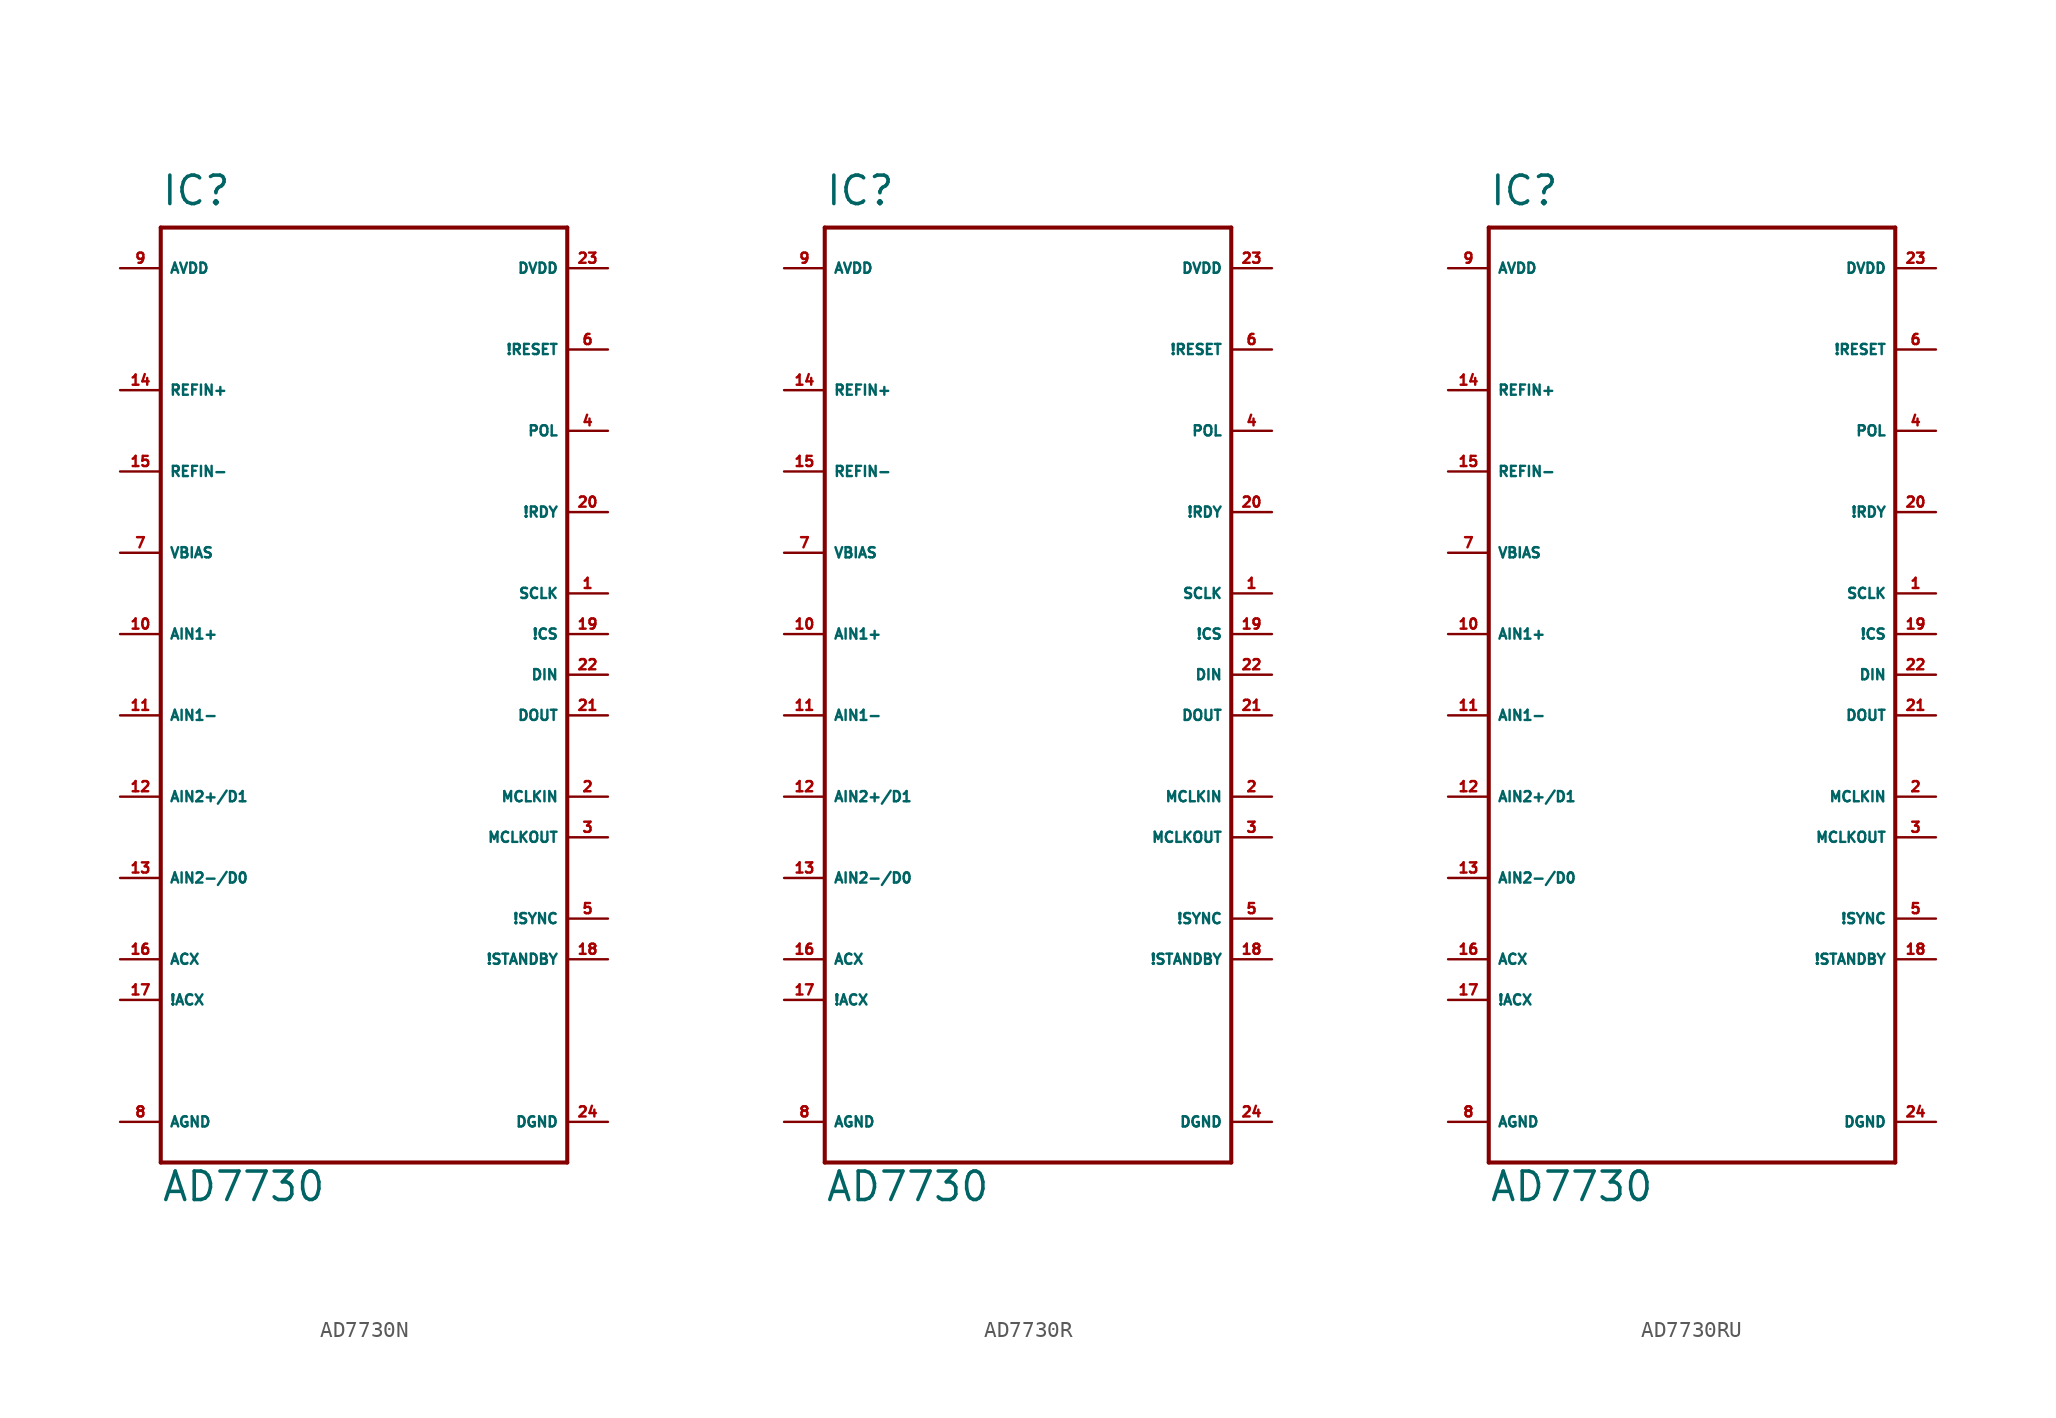
<source format=kicad_sym>
(kicad_symbol_lib
  (version 20220914)
  (generator Eagle2Kicad)
  (symbol "AD7730N"
    (property "Reference" "IC"
      (at -12.7 29.21 0)
      (effects (font (size 1.778 1.778) (thickness 0.22)) (justify left bottom)))
    (property "Value" "AD7730"
      (at -12.7 -33.02 0)
      (effects (font (size 1.778 1.778) (thickness 0.22)) (justify left bottom)))
    (polyline
      (pts (xy -12.7 27.94) (xy 12.7 27.94))
      (stroke (width 0.254) (type default))
      (fill (type none)))
    (polyline
      (pts (xy 12.7 27.94) (xy 12.7 -30.48))
      (stroke (width 0.254) (type default))
      (fill (type none)))
    (polyline
      (pts (xy 12.7 -30.48) (xy -12.7 -30.48))
      (stroke (width 0.254) (type default))
      (fill (type none)))
    (polyline
      (pts (xy -12.7 -30.48) (xy -12.7 27.94))
      (stroke (width 0.254) (type default))
      (fill (type none)))
    (pin passive line
      (at -15.24 7.62 0)
      (length 2.54)
      (name "VBIAS" (effects (font (size 0.635 0.635) (thickness 0.08)) (justify left bottom)))
      (number "7" (effects (font (size 0.635 0.635) (thickness 0.08)) (justify left bottom))))
    (pin input line
      (at -15.24 2.54 0)
      (length 2.54)
      (name "AIN1+" (effects (font (size 0.635 0.635) (thickness 0.08)) (justify left bottom)))
      (number "10" (effects (font (size 0.635 0.635) (thickness 0.08)) (justify left bottom))))
    (pin input line
      (at -15.24 -2.54 0)
      (length 2.54)
      (name "AIN1-" (effects (font (size 0.635 0.635) (thickness 0.08)) (justify left bottom)))
      (number "11" (effects (font (size 0.635 0.635) (thickness 0.08)) (justify left bottom))))
    (pin bidirectional line
      (at -15.24 -7.62 0)
      (length 2.54)
      (name "AIN2+/D1" (effects (font (size 0.635 0.635) (thickness 0.08)) (justify left bottom)))
      (number "12" (effects (font (size 0.635 0.635) (thickness 0.08)) (justify left bottom))))
    (pin bidirectional line
      (at -15.24 -12.7 0)
      (length 2.54)
      (name "AIN2-/D0" (effects (font (size 0.635 0.635) (thickness 0.08)) (justify left bottom)))
      (number "13" (effects (font (size 0.635 0.635) (thickness 0.08)) (justify left bottom))))
    (pin output line
      (at -15.24 -17.78 0)
      (length 2.54)
      (name "ACX" (effects (font (size 0.635 0.635) (thickness 0.08)) (justify left bottom)))
      (number "16" (effects (font (size 0.635 0.635) (thickness 0.08)) (justify left bottom))))
    (pin output line
      (at -15.24 -20.32 0)
      (length 2.54)
      (name "!ACX" (effects (font (size 0.635 0.635) (thickness 0.08)) (justify left bottom)))
      (number "17" (effects (font (size 0.635 0.635) (thickness 0.08)) (justify left bottom))))
    (pin input line
      (at -15.24 -27.94 0)
      (length 2.54)
      (name "AGND" (effects (font (size 0.635 0.635) (thickness 0.08)) (justify left bottom)))
      (number "8" (effects (font (size 0.635 0.635) (thickness 0.08)) (justify left bottom))))
    (pin input line
      (at 15.24 -27.94 180)
      (length 2.54)
      (name "DGND" (effects (font (size 0.635 0.635) (thickness 0.08)) (justify left bottom)))
      (number "24" (effects (font (size 0.635 0.635) (thickness 0.08)) (justify left bottom))))
    (pin input line
      (at 15.24 15.24 180)
      (length 2.54)
      (name "POL" (effects (font (size 0.635 0.635) (thickness 0.08)) (justify left bottom)))
      (number "4" (effects (font (size 0.635 0.635) (thickness 0.08)) (justify left bottom))))
    (pin output line
      (at 15.24 10.16 180)
      (length 2.54)
      (name "!RDY" (effects (font (size 0.635 0.635) (thickness 0.08)) (justify left bottom)))
      (number "20" (effects (font (size 0.635 0.635) (thickness 0.08)) (justify left bottom))))
    (pin input line
      (at 15.24 20.32 180)
      (length 2.54)
      (name "!RESET" (effects (font (size 0.635 0.635) (thickness 0.08)) (justify left bottom)))
      (number "6" (effects (font (size 0.635 0.635) (thickness 0.08)) (justify left bottom))))
    (pin input line
      (at 15.24 5.08 180)
      (length 2.54)
      (name "SCLK" (effects (font (size 0.635 0.635) (thickness 0.08)) (justify left bottom)))
      (number "1" (effects (font (size 0.635 0.635) (thickness 0.08)) (justify left bottom))))
    (pin input line
      (at 15.24 2.54 180)
      (length 2.54)
      (name "!CS" (effects (font (size 0.635 0.635) (thickness 0.08)) (justify left bottom)))
      (number "19" (effects (font (size 0.635 0.635) (thickness 0.08)) (justify left bottom))))
    (pin input line
      (at 15.24 0 180)
      (length 2.54)
      (name "DIN" (effects (font (size 0.635 0.635) (thickness 0.08)) (justify left bottom)))
      (number "22" (effects (font (size 0.635 0.635) (thickness 0.08)) (justify left bottom))))
    (pin output line
      (at 15.24 -2.54 180)
      (length 2.54)
      (name "DOUT" (effects (font (size 0.635 0.635) (thickness 0.08)) (justify left bottom)))
      (number "21" (effects (font (size 0.635 0.635) (thickness 0.08)) (justify left bottom))))
    (pin input line
      (at 15.24 -7.62 180)
      (length 2.54)
      (name "MCLKIN" (effects (font (size 0.635 0.635) (thickness 0.08)) (justify left bottom)))
      (number "2" (effects (font (size 0.635 0.635) (thickness 0.08)) (justify left bottom))))
    (pin output line
      (at 15.24 -10.16 180)
      (length 2.54)
      (name "MCLKOUT" (effects (font (size 0.635 0.635) (thickness 0.08)) (justify left bottom)))
      (number "3" (effects (font (size 0.635 0.635) (thickness 0.08)) (justify left bottom))))
    (pin input line
      (at 15.24 -15.24 180)
      (length 2.54)
      (name "!SYNC" (effects (font (size 0.635 0.635) (thickness 0.08)) (justify left bottom)))
      (number "5" (effects (font (size 0.635 0.635) (thickness 0.08)) (justify left bottom))))
    (pin input line
      (at 15.24 -17.78 180)
      (length 2.54)
      (name "!STANDBY" (effects (font (size 0.635 0.635) (thickness 0.08)) (justify left bottom)))
      (number "18" (effects (font (size 0.635 0.635) (thickness 0.08)) (justify left bottom))))
    (pin input line
      (at -15.24 12.7 0)
      (length 2.54)
      (name "REFIN-" (effects (font (size 0.635 0.635) (thickness 0.08)) (justify left bottom)))
      (number "15" (effects (font (size 0.635 0.635) (thickness 0.08)) (justify left bottom))))
    (pin input line
      (at -15.24 17.78 0)
      (length 2.54)
      (name "REFIN+" (effects (font (size 0.635 0.635) (thickness 0.08)) (justify left bottom)))
      (number "14" (effects (font (size 0.635 0.635) (thickness 0.08)) (justify left bottom))))
    (pin input line
      (at -15.24 25.4 0)
      (length 2.54)
      (name "AVDD" (effects (font (size 0.635 0.635) (thickness 0.08)) (justify left bottom)))
      (number "9" (effects (font (size 0.635 0.635) (thickness 0.08)) (justify left bottom))))
    (pin input line
      (at 15.24 25.4 180)
      (length 2.54)
      (name "DVDD" (effects (font (size 0.635 0.635) (thickness 0.08)) (justify left bottom)))
      (number "23" (effects (font (size 0.635 0.635) (thickness 0.08)) (justify left bottom)))))
  (symbol "AD7730R"
    (property "Reference" "IC"
      (at -12.7 29.21 0)
      (effects (font (size 1.778 1.778) (thickness 0.22)) (justify left bottom)))
    (property "Value" "AD7730"
      (at -12.7 -33.02 0)
      (effects (font (size 1.778 1.778) (thickness 0.22)) (justify left bottom)))
    (polyline
      (pts (xy -12.7 27.94) (xy 12.7 27.94))
      (stroke (width 0.254) (type default))
      (fill (type none)))
    (polyline
      (pts (xy 12.7 27.94) (xy 12.7 -30.48))
      (stroke (width 0.254) (type default))
      (fill (type none)))
    (polyline
      (pts (xy 12.7 -30.48) (xy -12.7 -30.48))
      (stroke (width 0.254) (type default))
      (fill (type none)))
    (polyline
      (pts (xy -12.7 -30.48) (xy -12.7 27.94))
      (stroke (width 0.254) (type default))
      (fill (type none)))
    (pin passive line
      (at -15.24 7.62 0)
      (length 2.54)
      (name "VBIAS" (effects (font (size 0.635 0.635) (thickness 0.08)) (justify left bottom)))
      (number "7" (effects (font (size 0.635 0.635) (thickness 0.08)) (justify left bottom))))
    (pin input line
      (at -15.24 2.54 0)
      (length 2.54)
      (name "AIN1+" (effects (font (size 0.635 0.635) (thickness 0.08)) (justify left bottom)))
      (number "10" (effects (font (size 0.635 0.635) (thickness 0.08)) (justify left bottom))))
    (pin input line
      (at -15.24 -2.54 0)
      (length 2.54)
      (name "AIN1-" (effects (font (size 0.635 0.635) (thickness 0.08)) (justify left bottom)))
      (number "11" (effects (font (size 0.635 0.635) (thickness 0.08)) (justify left bottom))))
    (pin bidirectional line
      (at -15.24 -7.62 0)
      (length 2.54)
      (name "AIN2+/D1" (effects (font (size 0.635 0.635) (thickness 0.08)) (justify left bottom)))
      (number "12" (effects (font (size 0.635 0.635) (thickness 0.08)) (justify left bottom))))
    (pin bidirectional line
      (at -15.24 -12.7 0)
      (length 2.54)
      (name "AIN2-/D0" (effects (font (size 0.635 0.635) (thickness 0.08)) (justify left bottom)))
      (number "13" (effects (font (size 0.635 0.635) (thickness 0.08)) (justify left bottom))))
    (pin output line
      (at -15.24 -17.78 0)
      (length 2.54)
      (name "ACX" (effects (font (size 0.635 0.635) (thickness 0.08)) (justify left bottom)))
      (number "16" (effects (font (size 0.635 0.635) (thickness 0.08)) (justify left bottom))))
    (pin output line
      (at -15.24 -20.32 0)
      (length 2.54)
      (name "!ACX" (effects (font (size 0.635 0.635) (thickness 0.08)) (justify left bottom)))
      (number "17" (effects (font (size 0.635 0.635) (thickness 0.08)) (justify left bottom))))
    (pin input line
      (at -15.24 -27.94 0)
      (length 2.54)
      (name "AGND" (effects (font (size 0.635 0.635) (thickness 0.08)) (justify left bottom)))
      (number "8" (effects (font (size 0.635 0.635) (thickness 0.08)) (justify left bottom))))
    (pin input line
      (at 15.24 -27.94 180)
      (length 2.54)
      (name "DGND" (effects (font (size 0.635 0.635) (thickness 0.08)) (justify left bottom)))
      (number "24" (effects (font (size 0.635 0.635) (thickness 0.08)) (justify left bottom))))
    (pin input line
      (at 15.24 15.24 180)
      (length 2.54)
      (name "POL" (effects (font (size 0.635 0.635) (thickness 0.08)) (justify left bottom)))
      (number "4" (effects (font (size 0.635 0.635) (thickness 0.08)) (justify left bottom))))
    (pin output line
      (at 15.24 10.16 180)
      (length 2.54)
      (name "!RDY" (effects (font (size 0.635 0.635) (thickness 0.08)) (justify left bottom)))
      (number "20" (effects (font (size 0.635 0.635) (thickness 0.08)) (justify left bottom))))
    (pin input line
      (at 15.24 20.32 180)
      (length 2.54)
      (name "!RESET" (effects (font (size 0.635 0.635) (thickness 0.08)) (justify left bottom)))
      (number "6" (effects (font (size 0.635 0.635) (thickness 0.08)) (justify left bottom))))
    (pin input line
      (at 15.24 5.08 180)
      (length 2.54)
      (name "SCLK" (effects (font (size 0.635 0.635) (thickness 0.08)) (justify left bottom)))
      (number "1" (effects (font (size 0.635 0.635) (thickness 0.08)) (justify left bottom))))
    (pin input line
      (at 15.24 2.54 180)
      (length 2.54)
      (name "!CS" (effects (font (size 0.635 0.635) (thickness 0.08)) (justify left bottom)))
      (number "19" (effects (font (size 0.635 0.635) (thickness 0.08)) (justify left bottom))))
    (pin input line
      (at 15.24 0 180)
      (length 2.54)
      (name "DIN" (effects (font (size 0.635 0.635) (thickness 0.08)) (justify left bottom)))
      (number "22" (effects (font (size 0.635 0.635) (thickness 0.08)) (justify left bottom))))
    (pin output line
      (at 15.24 -2.54 180)
      (length 2.54)
      (name "DOUT" (effects (font (size 0.635 0.635) (thickness 0.08)) (justify left bottom)))
      (number "21" (effects (font (size 0.635 0.635) (thickness 0.08)) (justify left bottom))))
    (pin input line
      (at 15.24 -7.62 180)
      (length 2.54)
      (name "MCLKIN" (effects (font (size 0.635 0.635) (thickness 0.08)) (justify left bottom)))
      (number "2" (effects (font (size 0.635 0.635) (thickness 0.08)) (justify left bottom))))
    (pin output line
      (at 15.24 -10.16 180)
      (length 2.54)
      (name "MCLKOUT" (effects (font (size 0.635 0.635) (thickness 0.08)) (justify left bottom)))
      (number "3" (effects (font (size 0.635 0.635) (thickness 0.08)) (justify left bottom))))
    (pin input line
      (at 15.24 -15.24 180)
      (length 2.54)
      (name "!SYNC" (effects (font (size 0.635 0.635) (thickness 0.08)) (justify left bottom)))
      (number "5" (effects (font (size 0.635 0.635) (thickness 0.08)) (justify left bottom))))
    (pin input line
      (at 15.24 -17.78 180)
      (length 2.54)
      (name "!STANDBY" (effects (font (size 0.635 0.635) (thickness 0.08)) (justify left bottom)))
      (number "18" (effects (font (size 0.635 0.635) (thickness 0.08)) (justify left bottom))))
    (pin input line
      (at -15.24 12.7 0)
      (length 2.54)
      (name "REFIN-" (effects (font (size 0.635 0.635) (thickness 0.08)) (justify left bottom)))
      (number "15" (effects (font (size 0.635 0.635) (thickness 0.08)) (justify left bottom))))
    (pin input line
      (at -15.24 17.78 0)
      (length 2.54)
      (name "REFIN+" (effects (font (size 0.635 0.635) (thickness 0.08)) (justify left bottom)))
      (number "14" (effects (font (size 0.635 0.635) (thickness 0.08)) (justify left bottom))))
    (pin input line
      (at -15.24 25.4 0)
      (length 2.54)
      (name "AVDD" (effects (font (size 0.635 0.635) (thickness 0.08)) (justify left bottom)))
      (number "9" (effects (font (size 0.635 0.635) (thickness 0.08)) (justify left bottom))))
    (pin input line
      (at 15.24 25.4 180)
      (length 2.54)
      (name "DVDD" (effects (font (size 0.635 0.635) (thickness 0.08)) (justify left bottom)))
      (number "23" (effects (font (size 0.635 0.635) (thickness 0.08)) (justify left bottom)))))
  (symbol "AD7730RU"
    (property "Reference" "IC"
      (at -12.7 29.21 0)
      (effects (font (size 1.778 1.778) (thickness 0.22)) (justify left bottom)))
    (property "Value" "AD7730"
      (at -12.7 -33.02 0)
      (effects (font (size 1.778 1.778) (thickness 0.22)) (justify left bottom)))
    (polyline
      (pts (xy -12.7 27.94) (xy 12.7 27.94))
      (stroke (width 0.254) (type default))
      (fill (type none)))
    (polyline
      (pts (xy 12.7 27.94) (xy 12.7 -30.48))
      (stroke (width 0.254) (type default))
      (fill (type none)))
    (polyline
      (pts (xy 12.7 -30.48) (xy -12.7 -30.48))
      (stroke (width 0.254) (type default))
      (fill (type none)))
    (polyline
      (pts (xy -12.7 -30.48) (xy -12.7 27.94))
      (stroke (width 0.254) (type default))
      (fill (type none)))
    (pin passive line
      (at -15.24 7.62 0)
      (length 2.54)
      (name "VBIAS" (effects (font (size 0.635 0.635) (thickness 0.08)) (justify left bottom)))
      (number "7" (effects (font (size 0.635 0.635) (thickness 0.08)) (justify left bottom))))
    (pin input line
      (at -15.24 2.54 0)
      (length 2.54)
      (name "AIN1+" (effects (font (size 0.635 0.635) (thickness 0.08)) (justify left bottom)))
      (number "10" (effects (font (size 0.635 0.635) (thickness 0.08)) (justify left bottom))))
    (pin input line
      (at -15.24 -2.54 0)
      (length 2.54)
      (name "AIN1-" (effects (font (size 0.635 0.635) (thickness 0.08)) (justify left bottom)))
      (number "11" (effects (font (size 0.635 0.635) (thickness 0.08)) (justify left bottom))))
    (pin bidirectional line
      (at -15.24 -7.62 0)
      (length 2.54)
      (name "AIN2+/D1" (effects (font (size 0.635 0.635) (thickness 0.08)) (justify left bottom)))
      (number "12" (effects (font (size 0.635 0.635) (thickness 0.08)) (justify left bottom))))
    (pin bidirectional line
      (at -15.24 -12.7 0)
      (length 2.54)
      (name "AIN2-/D0" (effects (font (size 0.635 0.635) (thickness 0.08)) (justify left bottom)))
      (number "13" (effects (font (size 0.635 0.635) (thickness 0.08)) (justify left bottom))))
    (pin output line
      (at -15.24 -17.78 0)
      (length 2.54)
      (name "ACX" (effects (font (size 0.635 0.635) (thickness 0.08)) (justify left bottom)))
      (number "16" (effects (font (size 0.635 0.635) (thickness 0.08)) (justify left bottom))))
    (pin output line
      (at -15.24 -20.32 0)
      (length 2.54)
      (name "!ACX" (effects (font (size 0.635 0.635) (thickness 0.08)) (justify left bottom)))
      (number "17" (effects (font (size 0.635 0.635) (thickness 0.08)) (justify left bottom))))
    (pin input line
      (at -15.24 -27.94 0)
      (length 2.54)
      (name "AGND" (effects (font (size 0.635 0.635) (thickness 0.08)) (justify left bottom)))
      (number "8" (effects (font (size 0.635 0.635) (thickness 0.08)) (justify left bottom))))
    (pin input line
      (at 15.24 -27.94 180)
      (length 2.54)
      (name "DGND" (effects (font (size 0.635 0.635) (thickness 0.08)) (justify left bottom)))
      (number "24" (effects (font (size 0.635 0.635) (thickness 0.08)) (justify left bottom))))
    (pin input line
      (at 15.24 15.24 180)
      (length 2.54)
      (name "POL" (effects (font (size 0.635 0.635) (thickness 0.08)) (justify left bottom)))
      (number "4" (effects (font (size 0.635 0.635) (thickness 0.08)) (justify left bottom))))
    (pin output line
      (at 15.24 10.16 180)
      (length 2.54)
      (name "!RDY" (effects (font (size 0.635 0.635) (thickness 0.08)) (justify left bottom)))
      (number "20" (effects (font (size 0.635 0.635) (thickness 0.08)) (justify left bottom))))
    (pin input line
      (at 15.24 20.32 180)
      (length 2.54)
      (name "!RESET" (effects (font (size 0.635 0.635) (thickness 0.08)) (justify left bottom)))
      (number "6" (effects (font (size 0.635 0.635) (thickness 0.08)) (justify left bottom))))
    (pin input line
      (at 15.24 5.08 180)
      (length 2.54)
      (name "SCLK" (effects (font (size 0.635 0.635) (thickness 0.08)) (justify left bottom)))
      (number "1" (effects (font (size 0.635 0.635) (thickness 0.08)) (justify left bottom))))
    (pin input line
      (at 15.24 2.54 180)
      (length 2.54)
      (name "!CS" (effects (font (size 0.635 0.635) (thickness 0.08)) (justify left bottom)))
      (number "19" (effects (font (size 0.635 0.635) (thickness 0.08)) (justify left bottom))))
    (pin input line
      (at 15.24 0 180)
      (length 2.54)
      (name "DIN" (effects (font (size 0.635 0.635) (thickness 0.08)) (justify left bottom)))
      (number "22" (effects (font (size 0.635 0.635) (thickness 0.08)) (justify left bottom))))
    (pin output line
      (at 15.24 -2.54 180)
      (length 2.54)
      (name "DOUT" (effects (font (size 0.635 0.635) (thickness 0.08)) (justify left bottom)))
      (number "21" (effects (font (size 0.635 0.635) (thickness 0.08)) (justify left bottom))))
    (pin input line
      (at 15.24 -7.62 180)
      (length 2.54)
      (name "MCLKIN" (effects (font (size 0.635 0.635) (thickness 0.08)) (justify left bottom)))
      (number "2" (effects (font (size 0.635 0.635) (thickness 0.08)) (justify left bottom))))
    (pin output line
      (at 15.24 -10.16 180)
      (length 2.54)
      (name "MCLKOUT" (effects (font (size 0.635 0.635) (thickness 0.08)) (justify left bottom)))
      (number "3" (effects (font (size 0.635 0.635) (thickness 0.08)) (justify left bottom))))
    (pin input line
      (at 15.24 -15.24 180)
      (length 2.54)
      (name "!SYNC" (effects (font (size 0.635 0.635) (thickness 0.08)) (justify left bottom)))
      (number "5" (effects (font (size 0.635 0.635) (thickness 0.08)) (justify left bottom))))
    (pin input line
      (at 15.24 -17.78 180)
      (length 2.54)
      (name "!STANDBY" (effects (font (size 0.635 0.635) (thickness 0.08)) (justify left bottom)))
      (number "18" (effects (font (size 0.635 0.635) (thickness 0.08)) (justify left bottom))))
    (pin input line
      (at -15.24 12.7 0)
      (length 2.54)
      (name "REFIN-" (effects (font (size 0.635 0.635) (thickness 0.08)) (justify left bottom)))
      (number "15" (effects (font (size 0.635 0.635) (thickness 0.08)) (justify left bottom))))
    (pin input line
      (at -15.24 17.78 0)
      (length 2.54)
      (name "REFIN+" (effects (font (size 0.635 0.635) (thickness 0.08)) (justify left bottom)))
      (number "14" (effects (font (size 0.635 0.635) (thickness 0.08)) (justify left bottom))))
    (pin input line
      (at -15.24 25.4 0)
      (length 2.54)
      (name "AVDD" (effects (font (size 0.635 0.635) (thickness 0.08)) (justify left bottom)))
      (number "9" (effects (font (size 0.635 0.635) (thickness 0.08)) (justify left bottom))))
    (pin input line
      (at 15.24 25.4 180)
      (length 2.54)
      (name "DVDD" (effects (font (size 0.635 0.635) (thickness 0.08)) (justify left bottom)))
      (number "23" (effects (font (size 0.635 0.635) (thickness 0.08)) (justify left bottom))))))
</source>
